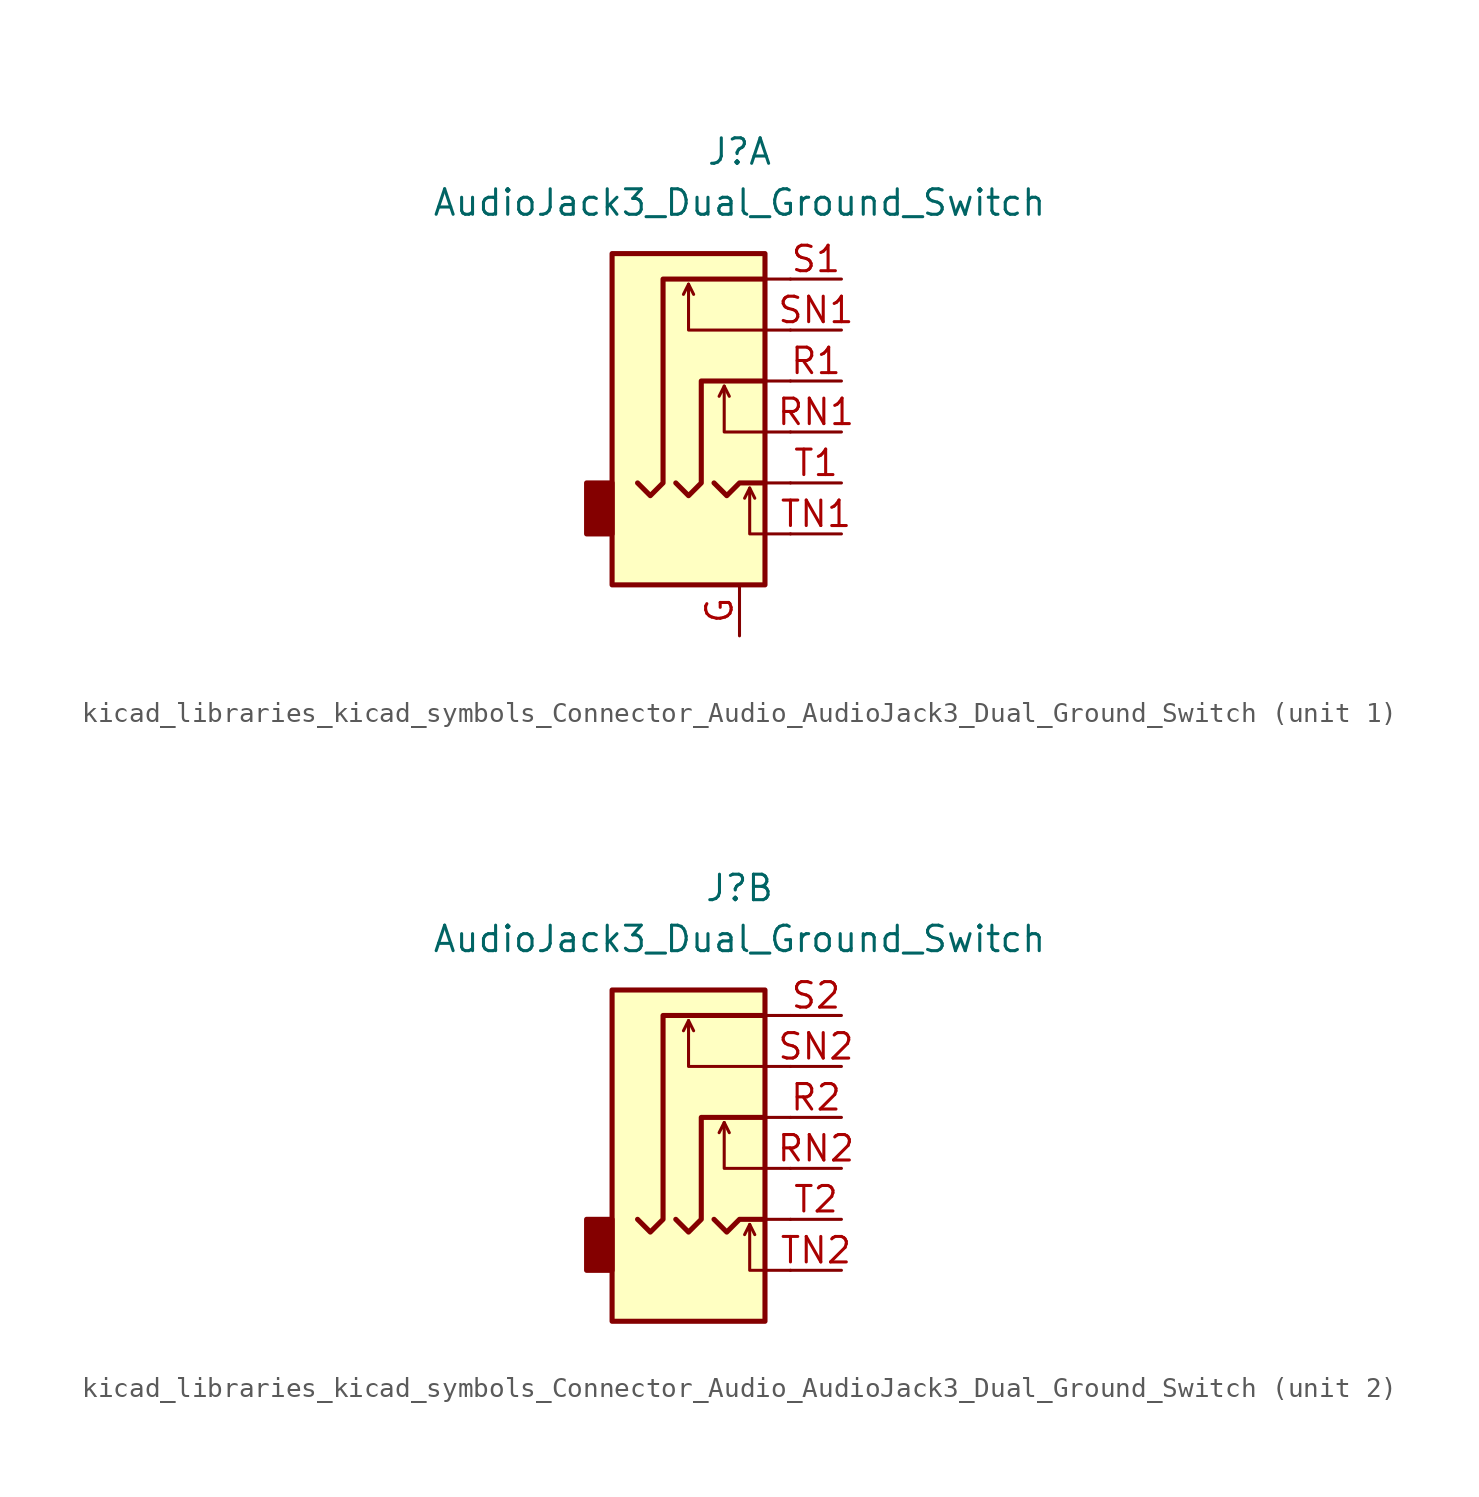
<source format=kicad_sym>
(kicad_symbol_lib
  (version 20220914)
  (generator kicad_symbol_editor)
  (symbol "kicad_libraries_kicad_symbols_Connector_Audio_AudioJack3_Dual_Ground_Switch"
    (property "Reference" "J"
      (at 0 11.43 0)
      (effects (font (size 1.27 1.27))))
    (property "Value" "AudioJack3_Dual_Ground_Switch"
      (at 0 8.89 0)
      (effects (font (size 1.27 1.27))))
    (symbol "kicad_libraries_kicad_symbols_Connector_Audio_AudioJack3_Dual_Ground_Switch_0_1"
      (rectangle (start -6.35 -5.08) (end -7.62 -7.62) (stroke (width 0.254) (type default)) (fill (type outline)))
      (polyline (pts (xy -2.54 4.826) (xy -2.286 4.318)) (stroke (width 0) (type default)) (fill (type none)))
      (polyline (pts (xy -0.762 -0.254) (xy -0.508 -0.762)) (stroke (width 0) (type default)) (fill (type none)))
      (polyline (pts (xy 0.508 -5.334) (xy 0.762 -5.842)) (stroke (width 0) (type default)) (fill (type none)))
      (polyline (pts (xy 1.27 0) (xy 2.54 0)) (stroke (width 0) (type default)) (fill (type none)))
      (polyline (pts (xy 2.54 -5.08) (xy 1.27 -5.08)) (stroke (width 0) (type default)) (fill (type none)))
      (polyline (pts (xy 2.54 5.08) (xy 1.27 5.08)) (stroke (width 0) (type default)) (fill (type none)))
      (polyline (pts (xy -1.27 -5.08) (xy -0.635 -5.715) (xy 0 -5.08) (xy 1.27 -5.08)) (stroke (width 0.254) (type default)) (fill (type none)))
      (polyline (pts (xy 2.54 -7.62) (xy 0.508 -7.62) (xy 0.508 -5.334) (xy 0.254 -5.842)) (stroke (width 0) (type default)) (fill (type none)))
      (polyline (pts (xy 2.54 -2.54) (xy -0.762 -2.54) (xy -0.762 -0.254) (xy -1.016 -0.762)) (stroke (width 0) (type default)) (fill (type none)))
      (polyline (pts (xy 2.54 2.54) (xy -2.54 2.54) (xy -2.54 4.826) (xy -2.794 4.318)) (stroke (width 0) (type default)) (fill (type none)))
      (polyline (pts (xy -3.175 -5.08) (xy -2.54 -5.715) (xy -1.905 -5.08) (xy -1.905 0) (xy 1.27 0)) (stroke (width 0.254) (type default)) (fill (type none)))
      (polyline (pts (xy 1.27 5.08) (xy -3.81 5.08) (xy -3.81 -5.08) (xy -4.445 -5.715) (xy -5.08 -5.08)) (stroke (width 0.254) (type default)) (fill (type none)))
      (rectangle (start 1.27 6.35) (end -6.35 -10.16) (stroke (width 0.254) (type default)) (fill (type background))))
    (symbol "kicad_libraries_kicad_symbols_Connector_Audio_AudioJack3_Dual_Ground_Switch_1_1"
      (pin passive line (at 0 -12.7 90) (length 2.54) (name "~" (effects (font (size 1.27 1.27)))) (number "G" (effects (font (size 1.27 1.27)))))
      (pin passive line (at 5.08 0 180) (length 2.54) (name "~" (effects (font (size 1.27 1.27)))) (number "R1" (effects (font (size 1.27 1.27)))))
      (pin passive line (at 5.08 -2.54 180) (length 2.54) (name "~" (effects (font (size 1.27 1.27)))) (number "RN1" (effects (font (size 1.27 1.27)))))
      (pin passive line (at 5.08 5.08 180) (length 2.54) (name "~" (effects (font (size 1.27 1.27)))) (number "S1" (effects (font (size 1.27 1.27)))))
      (pin passive line (at 5.08 2.54 180) (length 2.54) (name "~" (effects (font (size 1.27 1.27)))) (number "SN1" (effects (font (size 1.27 1.27)))))
      (pin passive line (at 5.08 -5.08 180) (length 2.54) (name "~" (effects (font (size 1.27 1.27)))) (number "T1" (effects (font (size 1.27 1.27)))))
      (pin passive line (at 5.08 -7.62 180) (length 2.54) (name "~" (effects (font (size 1.27 1.27)))) (number "TN1" (effects (font (size 1.27 1.27))))))
    (symbol "kicad_libraries_kicad_symbols_Connector_Audio_AudioJack3_Dual_Ground_Switch_2_1"
      (pin passive line (at 5.08 0 180) (length 2.54) (name "~" (effects (font (size 1.27 1.27)))) (number "R2" (effects (font (size 1.27 1.27)))))
      (pin passive line (at 5.08 -2.54 180) (length 2.54) (name "~" (effects (font (size 1.27 1.27)))) (number "RN2" (effects (font (size 1.27 1.27)))))
      (pin passive line (at 5.08 5.08 180) (length 2.54) (name "~" (effects (font (size 1.27 1.27)))) (number "S2" (effects (font (size 1.27 1.27)))))
      (pin passive line (at 5.08 2.54 180) (length 2.54) (name "~" (effects (font (size 1.27 1.27)))) (number "SN2" (effects (font (size 1.27 1.27)))))
      (pin passive line (at 5.08 -5.08 180) (length 2.54) (name "~" (effects (font (size 1.27 1.27)))) (number "T2" (effects (font (size 1.27 1.27)))))
      (pin passive line (at 5.08 -7.62 180) (length 2.54) (name "~" (effects (font (size 1.27 1.27)))) (number "TN2" (effects (font (size 1.27 1.27))))))))
</source>
